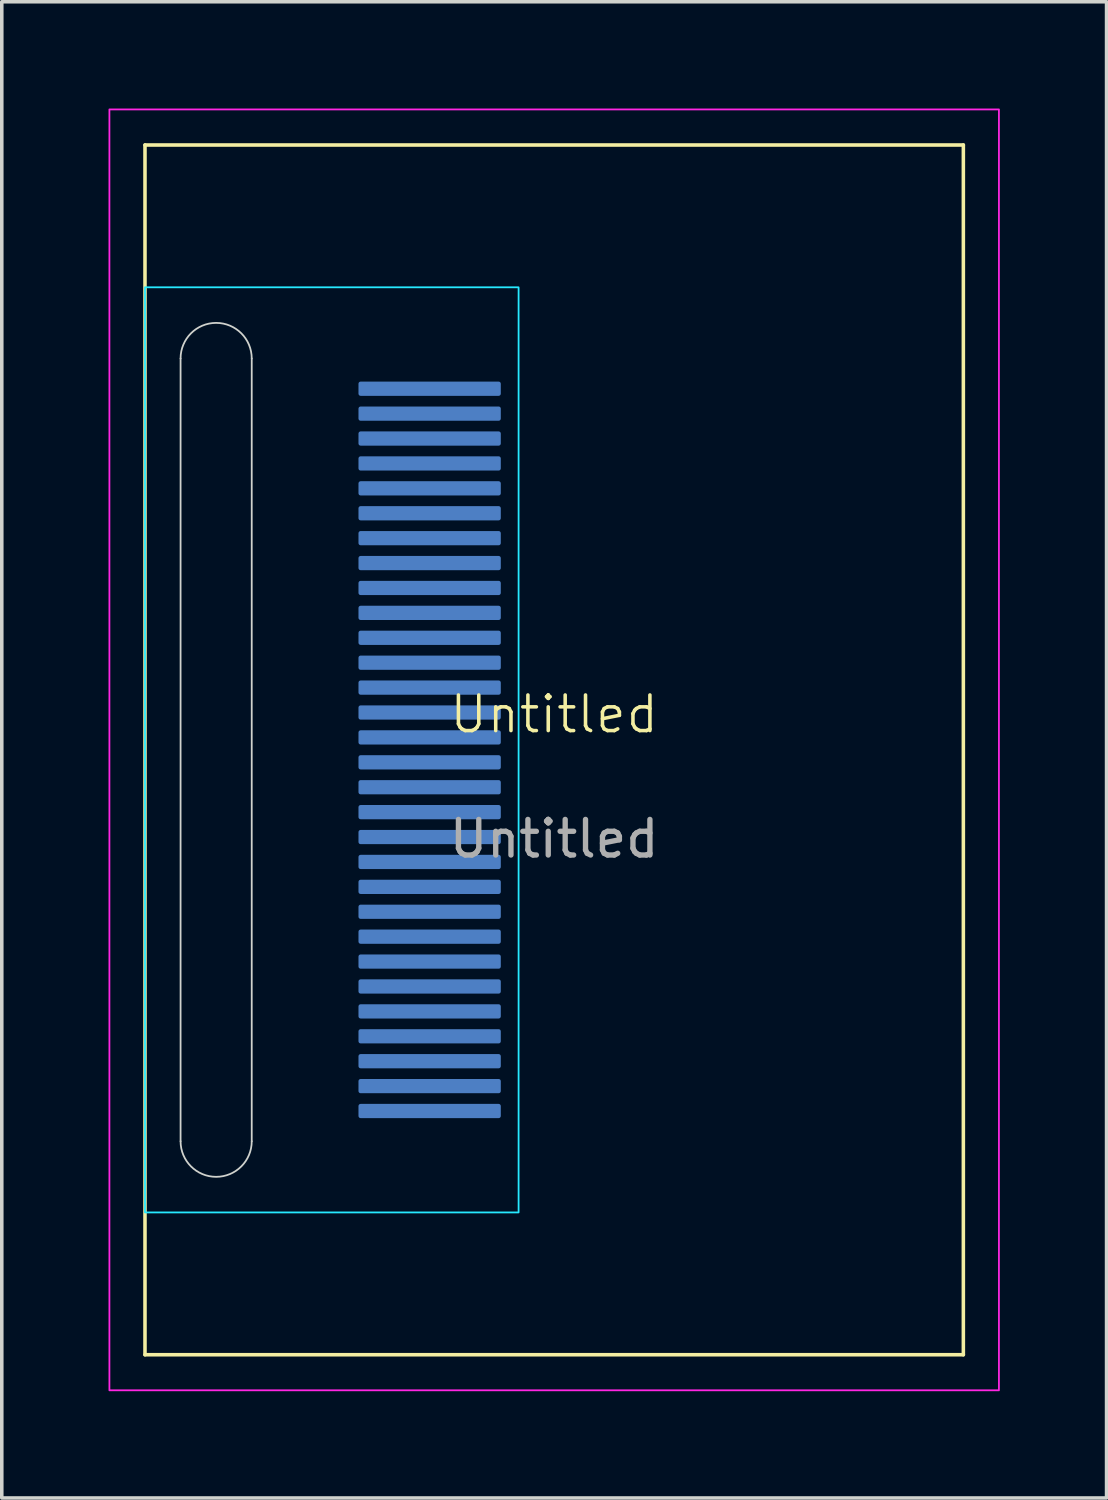
<source format=kicad_pcb>
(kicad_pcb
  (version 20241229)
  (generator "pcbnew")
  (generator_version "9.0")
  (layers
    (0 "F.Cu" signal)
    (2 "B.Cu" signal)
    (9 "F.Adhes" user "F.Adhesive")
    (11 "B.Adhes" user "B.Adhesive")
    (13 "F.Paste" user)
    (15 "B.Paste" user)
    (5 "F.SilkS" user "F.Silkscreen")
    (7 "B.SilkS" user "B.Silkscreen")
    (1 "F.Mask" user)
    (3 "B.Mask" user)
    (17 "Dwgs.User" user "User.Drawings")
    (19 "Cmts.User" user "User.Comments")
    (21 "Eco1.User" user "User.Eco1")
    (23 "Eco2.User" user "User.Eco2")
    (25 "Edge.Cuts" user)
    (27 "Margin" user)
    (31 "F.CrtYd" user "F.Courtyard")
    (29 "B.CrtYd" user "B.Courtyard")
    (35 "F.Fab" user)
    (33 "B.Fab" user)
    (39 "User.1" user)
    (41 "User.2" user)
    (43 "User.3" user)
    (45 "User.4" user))
  (footprint "Untitled"
    (layer "F.Cu")
    (at 12.525 18.025)
    (property "Reference" "Untitled" (at 0 -1 0) (unlocked yes) (layer "F.SilkS") (effects (font (size 1 1) (thickness 0.1))))
    (attr smd)
    (fp_line (start -11.5 -17) (end -11.5 17) (stroke (width 0.1) (type default)) (layer "F.SilkS"))
    (fp_line (start -11.5 -17) (end 11.5 -17) (stroke (width 0.1) (type default)) (layer "F.SilkS"))
    (fp_line (start -11.5 17) (end 11.5 17) (stroke (width 0.1) (type default)) (layer "F.SilkS"))
    (fp_line (start 11.5 -17) (end 11.5 17) (stroke (width 0.1) (type default)) (layer "F.SilkS"))
    (fp_line (start -10.5 11) (end -10.5 -11) (stroke (width 0.05) (type default)) (layer "Edge.Cuts"))
    (fp_line (start -8.5 -11) (end -8.5 11) (stroke (width 0.05) (type default)) (layer "Edge.Cuts"))
    (fp_arc (start -10.5 -11) (mid -9.5 -12) (end -8.5 -11) (stroke (width 0.05) (type default)) (layer "Edge.Cuts"))
    (fp_arc (start -8.5 11) (mid -9.5 12) (end -10.5 11) (stroke (width 0.05) (type default)) (layer "Edge.Cuts"))
    (fp_rect (start -11.5 -13) (end -1 13) (stroke (width 0.05) (type default)) (fill no) (layer "B.CrtYd"))
    (fp_rect (start -12.5 -18) (end 12.5 18) (stroke (width 0.05) (type default)) (fill no) (layer "F.CrtYd"))
    (fp_text user "${REFERENCE}" (at 0 2.5 0) (unlocked yes) (layer "F.Fab") (effects (font (size 1 1) (thickness 0.15))))
    (pad "1" smd roundrect (at -3.5 -10.15) (size 4 0.4) (layers "B.Cu" "B.Mask" "B.Paste") (roundrect_rratio 0.15))
    (pad "2" smd roundrect (at -3.5 -9.45) (size 4 0.4) (layers "B.Cu" "B.Mask" "B.Paste") (roundrect_rratio 0.15))
    (pad "3" smd roundrect (at -3.5 -8.75) (size 4 0.4) (layers "B.Cu" "B.Mask" "B.Paste") (roundrect_rratio 0.15))
    (pad "4" smd roundrect (at -3.5 -8.05) (size 4 0.4) (layers "B.Cu" "B.Mask" "B.Paste") (roundrect_rratio 0.15))
    (pad "5" smd roundrect (at -3.5 -7.35) (size 4 0.4) (layers "B.Cu" "B.Mask" "B.Paste") (roundrect_rratio 0.15))
    (pad "6" smd roundrect (at -3.5 -6.65) (size 4 0.4) (layers "B.Cu" "B.Mask" "B.Paste") (roundrect_rratio 0.15))
    (pad "7" smd roundrect (at -3.5 -5.95) (size 4 0.4) (layers "B.Cu" "B.Mask" "B.Paste") (roundrect_rratio 0.15))
    (pad "8" smd roundrect (at -3.5 -5.25) (size 4 0.4) (layers "B.Cu" "B.Mask" "B.Paste") (roundrect_rratio 0.15))
    (pad "9" smd roundrect (at -3.5 -4.55) (size 4 0.4) (layers "B.Cu" "B.Mask" "B.Paste") (roundrect_rratio 0.15))
    (pad "10" smd roundrect (at -3.5 -3.85) (size 4 0.4) (layers "B.Cu" "B.Mask" "B.Paste") (roundrect_rratio 0.15))
    (pad "11" smd roundrect (at -3.5 -3.15) (size 4 0.4) (layers "B.Cu" "B.Mask" "B.Paste") (roundrect_rratio 0.15))
    (pad "12" smd roundrect (at -3.5 -2.45) (size 4 0.4) (layers "B.Cu" "B.Mask" "B.Paste") (roundrect_rratio 0.15))
    (pad "13" smd roundrect (at -3.5 -1.75) (size 4 0.4) (layers "B.Cu" "B.Mask" "B.Paste") (roundrect_rratio 0.15))
    (pad "14" smd roundrect (at -3.5 -1.05) (size 4 0.4) (layers "B.Cu" "B.Mask" "B.Paste") (roundrect_rratio 0.15))
    (pad "15" smd roundrect (at -3.5 -0.35) (size 4 0.4) (layers "B.Cu" "B.Mask" "B.Paste") (roundrect_rratio 0.15))
    (pad "16" smd roundrect (at -3.5 0.35) (size 4 0.4) (layers "B.Cu" "B.Mask" "B.Paste") (roundrect_rratio 0.15))
    (pad "17" smd roundrect (at -3.5 1.05) (size 4 0.4) (layers "B.Cu" "B.Mask" "B.Paste") (roundrect_rratio 0.15))
    (pad "18" smd roundrect (at -3.5 1.75) (size 4 0.4) (layers "B.Cu" "B.Mask" "B.Paste") (roundrect_rratio 0.15))
    (pad "19" smd roundrect (at -3.5 2.45) (size 4 0.4) (layers "B.Cu" "B.Mask" "B.Paste") (roundrect_rratio 0.15))
    (pad "20" smd roundrect (at -3.5 3.15) (size 4 0.4) (layers "B.Cu" "B.Mask" "B.Paste") (roundrect_rratio 0.15))
    (pad "21" smd roundrect (at -3.5 3.85) (size 4 0.4) (layers "B.Cu" "B.Mask" "B.Paste") (roundrect_rratio 0.15))
    (pad "22" smd roundrect (at -3.5 4.55) (size 4 0.4) (layers "B.Cu" "B.Mask" "B.Paste") (roundrect_rratio 0.15))
    (pad "23" smd roundrect (at -3.5 5.25) (size 4 0.4) (layers "B.Cu" "B.Mask" "B.Paste") (roundrect_rratio 0.15))
    (pad "24" smd roundrect (at -3.5 5.95) (size 4 0.4) (layers "B.Cu" "B.Mask" "B.Paste") (roundrect_rratio 0.15))
    (pad "25" smd roundrect (at -3.5 6.65) (size 4 0.4) (layers "B.Cu" "B.Mask" "B.Paste") (roundrect_rratio 0.15))
    (pad "26" smd roundrect (at -3.5 7.35) (size 4 0.4) (layers "B.Cu" "B.Mask" "B.Paste") (roundrect_rratio 0.15))
    (pad "27" smd roundrect (at -3.5 8.05) (size 4 0.4) (layers "B.Cu" "B.Mask" "B.Paste") (roundrect_rratio 0.15))
    (pad "28" smd roundrect (at -3.5 8.75) (size 4 0.4) (layers "B.Cu" "B.Mask" "B.Paste") (roundrect_rratio 0.15))
    (pad "29" smd roundrect (at -3.5 9.45) (size 4 0.4) (layers "B.Cu" "B.Mask" "B.Paste") (roundrect_rratio 0.15))
    (pad "30" smd roundrect (at -3.5 10.15) (size 4 0.4) (layers "B.Cu" "B.Mask" "B.Paste") (roundrect_rratio 0.15)))
  (gr_rect
    (start -3 -3)
    (end 28.05 39.05)
    (stroke (width 0.1) (type default))
    (fill no)
    (layer "Edge.Cuts")))
</source>
